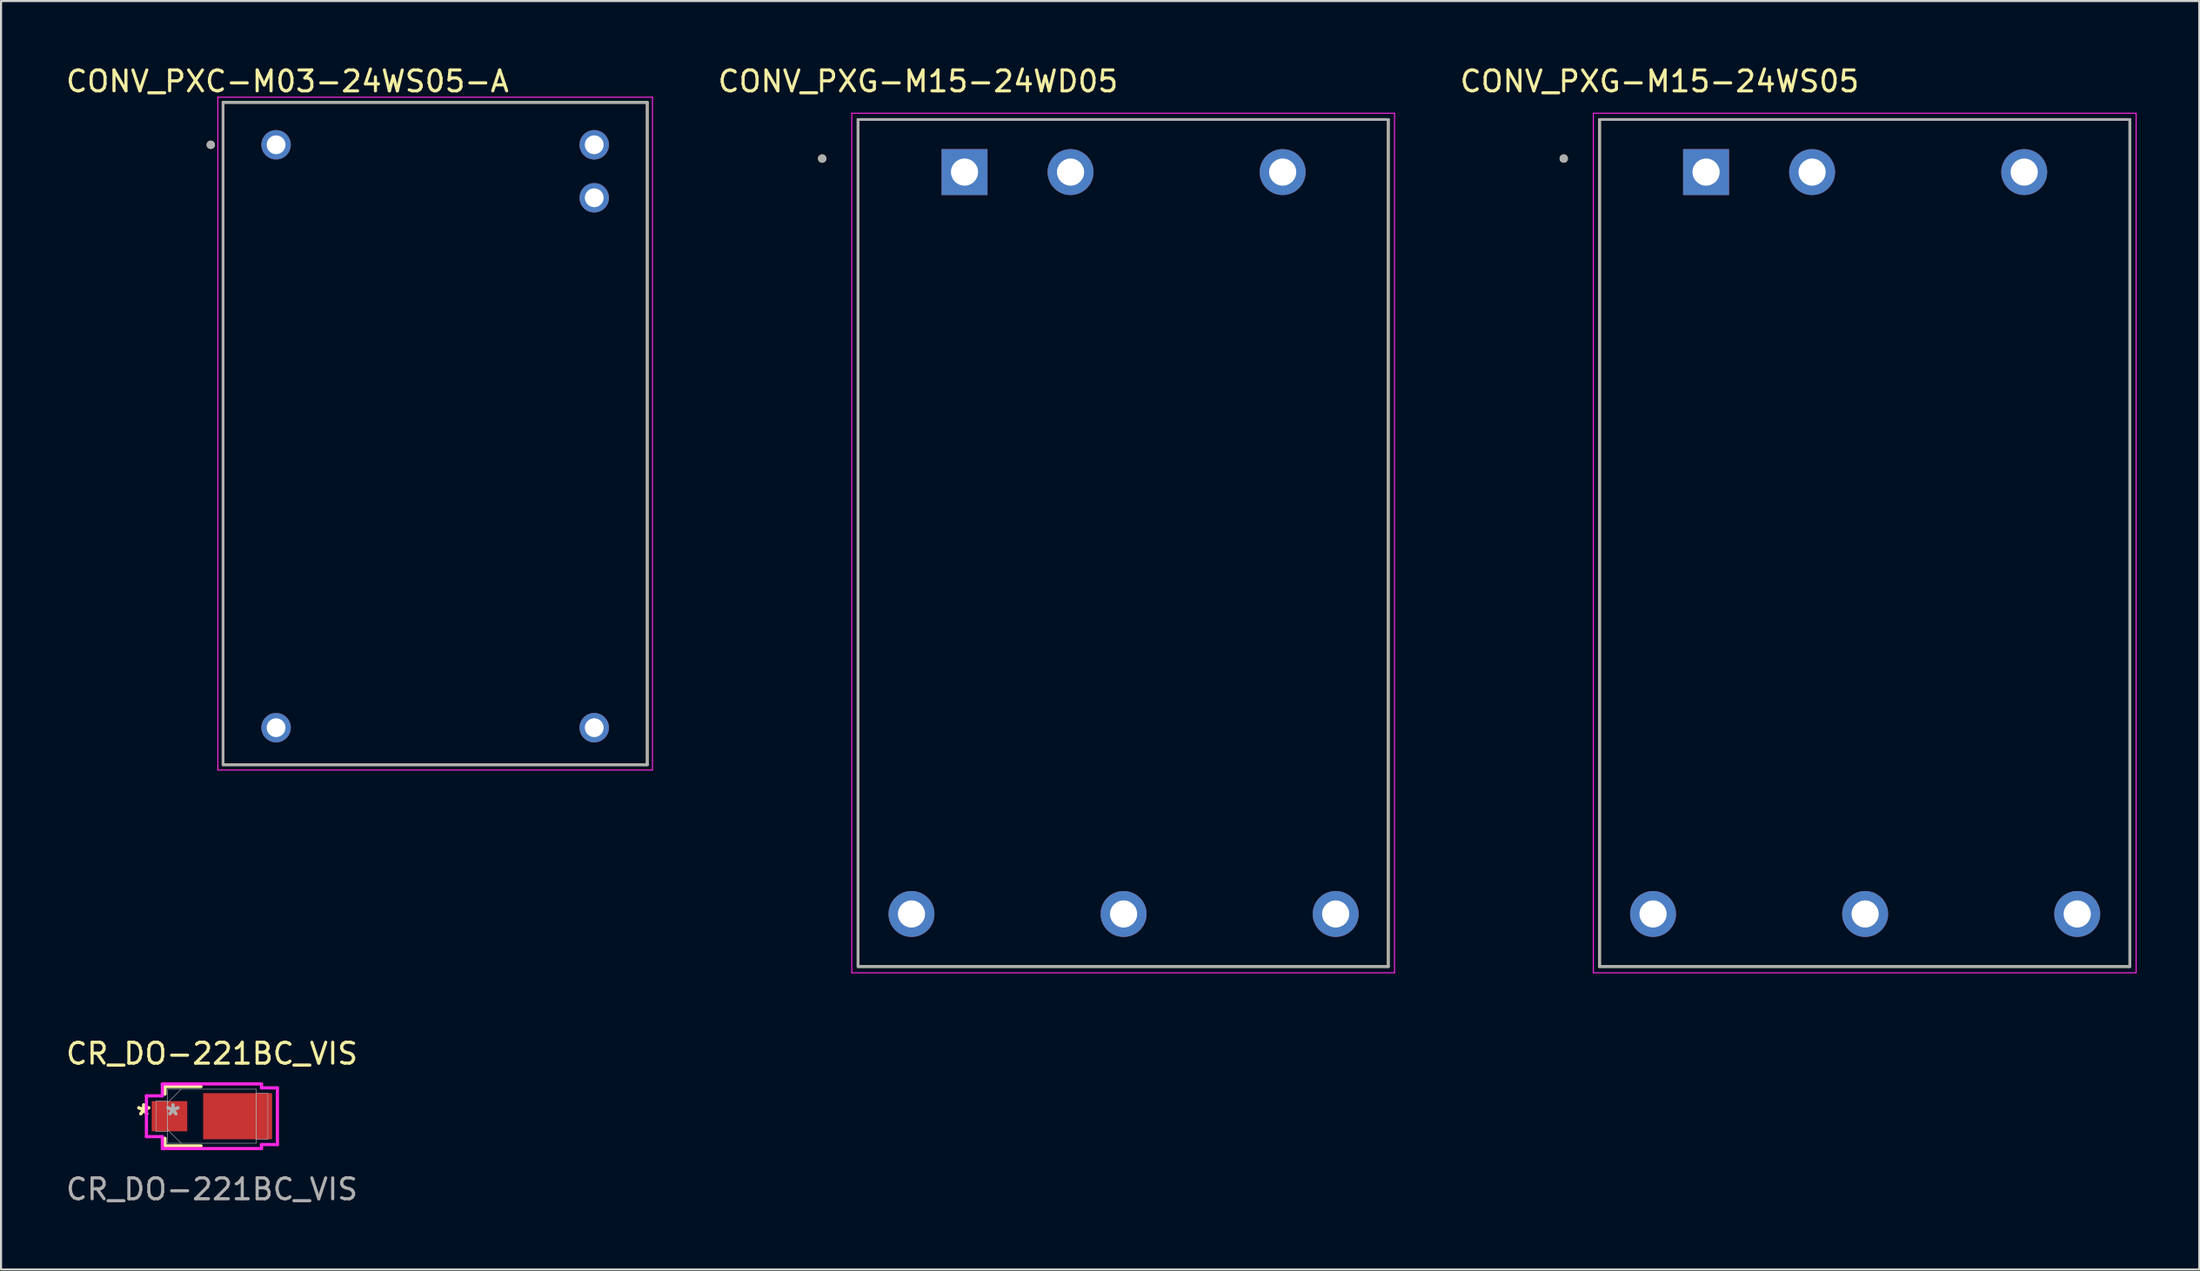
<source format=kicad_pcb>
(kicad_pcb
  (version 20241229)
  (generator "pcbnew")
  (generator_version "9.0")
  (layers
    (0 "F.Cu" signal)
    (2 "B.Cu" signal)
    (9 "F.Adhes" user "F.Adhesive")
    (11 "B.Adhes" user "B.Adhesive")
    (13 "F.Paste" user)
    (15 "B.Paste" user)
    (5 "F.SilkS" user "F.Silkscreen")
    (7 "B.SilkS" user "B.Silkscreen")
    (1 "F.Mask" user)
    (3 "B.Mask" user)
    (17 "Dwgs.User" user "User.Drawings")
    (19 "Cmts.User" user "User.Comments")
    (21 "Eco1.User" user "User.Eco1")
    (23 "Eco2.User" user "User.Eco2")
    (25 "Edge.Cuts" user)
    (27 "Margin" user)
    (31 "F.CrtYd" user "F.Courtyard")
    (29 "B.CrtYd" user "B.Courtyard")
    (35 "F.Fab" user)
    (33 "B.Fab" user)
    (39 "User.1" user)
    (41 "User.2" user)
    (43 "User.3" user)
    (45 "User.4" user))
  (footprint "CONV_PXG-M15-24WS05"
    (layer "F.Cu")
    (at 86.274 22.979)
    (property "Reference" "CONV_PXG-M15-24WS05" (at -9.825 -22.131 0) (layer "F.SilkS") (effects (font (size 1 1) (thickness 0.15))))
    (attr through_hole)
    (fp_line (start -12.7 -20.3) (end -12.7 20.3) (stroke (width 0.127) (type solid)) (layer "F.SilkS"))
    (fp_line (start -12.7 20.3) (end 12.7 20.3) (stroke (width 0.127) (type solid)) (layer "F.SilkS"))
    (fp_line (start 12.7 -20.3) (end -12.7 -20.3) (stroke (width 0.127) (type solid)) (layer "F.SilkS"))
    (fp_line (start 12.7 20.3) (end 12.7 -20.3) (stroke (width 0.127) (type solid)) (layer "F.SilkS"))
    (fp_circle (center -14.418 -18.428) (end -14.318 -18.428) (stroke (width 0.2) (type solid)) (fill no) (layer "F.SilkS"))
    (fp_line (start -13 -20.6) (end 13 -20.6) (stroke (width 0.05) (type solid)) (layer "F.CrtYd"))
    (fp_line (start -13 20.6) (end -13 -20.6) (stroke (width 0.05) (type solid)) (layer "F.CrtYd"))
    (fp_line (start 13 -20.6) (end 13 20.6) (stroke (width 0.05) (type solid)) (layer "F.CrtYd"))
    (fp_line (start 13 20.6) (end -13 20.6) (stroke (width 0.05) (type solid)) (layer "F.CrtYd"))
    (fp_line (start -12.7 -20.3) (end 12.7 -20.3) (stroke (width 0.127) (type solid)) (layer "F.Fab"))
    (fp_line (start -12.7 20.3) (end -12.7 -20.3) (stroke (width 0.127) (type solid)) (layer "F.Fab"))
    (fp_line (start 12.7 -20.3) (end 12.7 20.3) (stroke (width 0.127) (type solid)) (layer "F.Fab"))
    (fp_line (start 12.7 20.3) (end -12.7 20.3) (stroke (width 0.127) (type solid)) (layer "F.Fab"))
    (fp_circle (center -14.418 -18.428) (end -14.318 -18.428) (stroke (width 0.2) (type solid)) (fill no) (layer "F.Fab"))
    (pad "1" thru_hole rect (at -7.6 -17.78) (size 2.2 2.2) (drill 1.3) (layers "*.Cu" "*.Mask"))
    (pad "2" thru_hole circle (at -2.52 -17.78) (size 2.2 2.2) (drill 1.3) (layers "*.Cu" "*.Mask"))
    (pad "3" thru_hole circle (at 7.64 -17.78) (size 2.2 2.2) (drill 1.3) (layers "*.Cu" "*.Mask"))
    (pad "4" thru_hole circle (at -10.14 17.78) (size 2.2 2.2) (drill 1.3) (layers "*.Cu" "*.Mask"))
    (pad "5" thru_hole circle (at 0.02 17.78) (size 2.2 2.2) (drill 1.3) (layers "*.Cu" "*.Mask"))
    (pad "6" thru_hole circle (at 10.18 17.78) (size 2.2 2.2) (drill 1.3) (layers "*.Cu" "*.Mask")))
  (footprint "CONV_PXG-M15-24WD05"
    (layer "F.Cu")
    (at 50.752 22.979)
    (property "Reference" "CONV_PXG-M15-24WD05" (at -9.825 -22.131 0) (layer "F.SilkS") (effects (font (size 1 1) (thickness 0.15))))
    (attr through_hole)
    (fp_line (start -12.7 -20.3) (end -12.7 20.3) (stroke (width 0.127) (type solid)) (layer "F.SilkS"))
    (fp_line (start -12.7 20.3) (end 12.7 20.3) (stroke (width 0.127) (type solid)) (layer "F.SilkS"))
    (fp_line (start 12.7 -20.3) (end -12.7 -20.3) (stroke (width 0.127) (type solid)) (layer "F.SilkS"))
    (fp_line (start 12.7 20.3) (end 12.7 -20.3) (stroke (width 0.127) (type solid)) (layer "F.SilkS"))
    (fp_circle (center -14.418 -18.428) (end -14.318 -18.428) (stroke (width 0.2) (type solid)) (fill no) (layer "F.SilkS"))
    (fp_line (start -13 -20.6) (end 13 -20.6) (stroke (width 0.05) (type solid)) (layer "F.CrtYd"))
    (fp_line (start -13 20.6) (end -13 -20.6) (stroke (width 0.05) (type solid)) (layer "F.CrtYd"))
    (fp_line (start 13 -20.6) (end 13 20.6) (stroke (width 0.05) (type solid)) (layer "F.CrtYd"))
    (fp_line (start 13 20.6) (end -13 20.6) (stroke (width 0.05) (type solid)) (layer "F.CrtYd"))
    (fp_line (start -12.7 -20.3) (end 12.7 -20.3) (stroke (width 0.127) (type solid)) (layer "F.Fab"))
    (fp_line (start -12.7 20.3) (end -12.7 -20.3) (stroke (width 0.127) (type solid)) (layer "F.Fab"))
    (fp_line (start 12.7 -20.3) (end 12.7 20.3) (stroke (width 0.127) (type solid)) (layer "F.Fab"))
    (fp_line (start 12.7 20.3) (end -12.7 20.3) (stroke (width 0.127) (type solid)) (layer "F.Fab"))
    (fp_circle (center -14.418 -18.428) (end -14.318 -18.428) (stroke (width 0.2) (type solid)) (fill no) (layer "F.Fab"))
    (pad "1" thru_hole rect (at -7.6 -17.78) (size 2.2 2.2) (drill 1.3) (layers "*.Cu" "*.Mask"))
    (pad "2" thru_hole circle (at -2.52 -17.78) (size 2.2 2.2) (drill 1.3) (layers "*.Cu" "*.Mask"))
    (pad "3" thru_hole circle (at 7.64 -17.78) (size 2.2 2.2) (drill 1.3) (layers "*.Cu" "*.Mask"))
    (pad "4" thru_hole circle (at -10.14 17.78) (size 2.2 2.2) (drill 1.3) (layers "*.Cu" "*.Mask"))
    (pad "5" thru_hole circle (at 0.02 17.78) (size 2.2 2.2) (drill 1.3) (layers "*.Cu" "*.Mask"))
    (pad "6" thru_hole circle (at 10.18 17.78) (size 2.2 2.2) (drill 1.3) (layers "*.Cu" "*.Mask")))
  (footprint "CONV_PXC-M03-24WS05-A"
    (layer "F.Cu")
    (at 17.795 17.733)
    (property "Reference" "CONV_PXC-M03-24WS05-A" (at -7.075 -16.885 0) (layer "F.SilkS") (effects (font (size 1 1) (thickness 0.15))))
    (attr through_hole)
    (fp_line (start -10.16 -15.875) (end 10.16 -15.875) (stroke (width 0.127) (type solid)) (layer "F.SilkS"))
    (fp_line (start -10.16 15.875) (end -10.16 -15.875) (stroke (width 0.127) (type solid)) (layer "F.SilkS"))
    (fp_line (start 10.16 -15.875) (end 10.16 15.875) (stroke (width 0.127) (type solid)) (layer "F.SilkS"))
    (fp_line (start 10.16 15.875) (end -10.16 15.875) (stroke (width 0.127) (type solid)) (layer "F.SilkS"))
    (fp_circle (center -10.75 -13.843) (end -10.65 -13.843) (stroke (width 0.2) (type solid)) (fill no) (layer "F.SilkS"))
    (fp_line (start -10.41 -16.125) (end 10.41 -16.125) (stroke (width 0.05) (type solid)) (layer "F.CrtYd"))
    (fp_line (start -10.41 16.125) (end -10.41 -16.125) (stroke (width 0.05) (type solid)) (layer "F.CrtYd"))
    (fp_line (start 10.41 -16.125) (end 10.41 16.125) (stroke (width 0.05) (type solid)) (layer "F.CrtYd"))
    (fp_line (start 10.41 16.125) (end -10.41 16.125) (stroke (width 0.05) (type solid)) (layer "F.CrtYd"))
    (fp_line (start -10.16 -15.875) (end 10.16 -15.875) (stroke (width 0.127) (type solid)) (layer "F.Fab"))
    (fp_line (start -10.16 15.875) (end -10.16 -15.875) (stroke (width 0.127) (type solid)) (layer "F.Fab"))
    (fp_line (start 10.16 -15.875) (end 10.16 15.875) (stroke (width 0.127) (type solid)) (layer "F.Fab"))
    (fp_line (start 10.16 15.875) (end -10.16 15.875) (stroke (width 0.127) (type solid)) (layer "F.Fab"))
    (fp_circle (center -10.75 -13.843) (end -10.65 -13.843) (stroke (width 0.2) (type solid)) (fill no) (layer "F.Fab"))
    (pad "1" thru_hole circle (at -7.62 -13.843) (size 1.408 1.408) (drill 0.9) (layers "*.Cu" "*.Mask"))
    (pad "12" thru_hole circle (at -7.62 14.097) (size 1.408 1.408) (drill 0.9) (layers "*.Cu" "*.Mask"))
    (pad "13" thru_hole circle (at 7.62 14.097) (size 1.408 1.408) (drill 0.9) (layers "*.Cu" "*.Mask"))
    (pad "23" thru_hole circle (at 7.62 -11.303) (size 1.408 1.408) (drill 0.9) (layers "*.Cu" "*.Mask"))
    (pad "24" thru_hole circle (at 7.62 -13.843) (size 1.408 1.408) (drill 0.9) (layers "*.Cu" "*.Mask")))
  (footprint "CR_DO-221BC_VIS"
    (layer "F.Cu")
    (at 7.101 50.453)
    (property "Reference" "CR_DO-221BC_VIS" (at 0 -3 0) (unlocked yes) (layer "F.SilkS") (effects (font (size 1 1) (thickness 0.15))))
    (attr smd)
    (fp_line (start -2.248 -1.422) (end -2.248 -1.057) (stroke (width 0.152) (type solid)) (layer "F.SilkS"))
    (fp_line (start -2.248 1.057) (end -2.248 1.422) (stroke (width 0.152) (type solid)) (layer "F.SilkS"))
    (fp_line (start -2.248 1.422) (end -0.519 1.422) (stroke (width 0.152) (type solid)) (layer "F.SilkS"))
    (fp_line (start -0.519 -1.422) (end -2.248 -1.422) (stroke (width 0.152) (type solid)) (layer "F.SilkS"))
    (fp_line (start -3.137 -0.978) (end -2.375 -0.978) (stroke (width 0.152) (type solid)) (layer "F.CrtYd"))
    (fp_line (start -3.137 0.978) (end -3.137 -0.978) (stroke (width 0.152) (type solid)) (layer "F.CrtYd"))
    (fp_line (start -2.375 -1.549) (end 2.375 -1.549) (stroke (width 0.152) (type solid)) (layer "F.CrtYd"))
    (fp_line (start -2.375 -0.978) (end -2.375 -1.549) (stroke (width 0.152) (type solid)) (layer "F.CrtYd"))
    (fp_line (start -2.375 0.978) (end -3.137 0.978) (stroke (width 0.152) (type solid)) (layer "F.CrtYd"))
    (fp_line (start -2.375 1.549) (end -2.375 0.978) (stroke (width 0.152) (type solid)) (layer "F.CrtYd"))
    (fp_line (start 2.375 -1.549) (end 2.375 -1.359) (stroke (width 0.152) (type solid)) (layer "F.CrtYd"))
    (fp_line (start 2.375 -1.359) (end 3.137 -1.359) (stroke (width 0.152) (type solid)) (layer "F.CrtYd"))
    (fp_line (start 2.375 1.359) (end 2.375 1.549) (stroke (width 0.152) (type solid)) (layer "F.CrtYd"))
    (fp_line (start 2.375 1.549) (end -2.375 1.549) (stroke (width 0.152) (type solid)) (layer "F.CrtYd"))
    (fp_line (start 3.137 -1.359) (end 3.137 1.359) (stroke (width 0.152) (type solid)) (layer "F.CrtYd"))
    (fp_line (start 3.137 1.359) (end 2.375 1.359) (stroke (width 0.152) (type solid)) (layer "F.CrtYd"))
    (fp_line (start -2.68 -0.724) (end -2.68 0.724) (stroke (width 0.025) (type solid)) (layer "F.Fab"))
    (fp_line (start -2.68 0.724) (end -2.121 0.724) (stroke (width 0.025) (type solid)) (layer "F.Fab"))
    (fp_line (start -2.121 -1.295) (end -2.121 1.295) (stroke (width 0.025) (type solid)) (layer "F.Fab"))
    (fp_line (start -2.121 -0.724) (end -2.68 -0.724) (stroke (width 0.025) (type solid)) (layer "F.Fab"))
    (fp_line (start -2.121 -0.648) (end -1.473 -1.295) (stroke (width 0.025) (type solid)) (layer "F.Fab"))
    (fp_line (start -2.121 0.648) (end -1.473 1.295) (stroke (width 0.025) (type solid)) (layer "F.Fab"))
    (fp_line (start -2.121 0.724) (end -2.121 -0.724) (stroke (width 0.025) (type solid)) (layer "F.Fab"))
    (fp_line (start -2.121 1.295) (end 2.121 1.295) (stroke (width 0.025) (type solid)) (layer "F.Fab"))
    (fp_line (start 2.121 -1.295) (end -2.121 -1.295) (stroke (width 0.025) (type solid)) (layer "F.Fab"))
    (fp_line (start 2.121 -1.105) (end 2.121 1.105) (stroke (width 0.025) (type solid)) (layer "F.Fab"))
    (fp_line (start 2.121 1.105) (end 2.68 1.105) (stroke (width 0.025) (type solid)) (layer "F.Fab"))
    (fp_line (start 2.121 1.295) (end 2.121 -1.295) (stroke (width 0.025) (type solid)) (layer "F.Fab"))
    (fp_line (start 2.68 -1.105) (end 2.121 -1.105) (stroke (width 0.025) (type solid)) (layer "F.Fab"))
    (fp_line (start 2.68 1.105) (end 2.68 -1.105) (stroke (width 0.025) (type solid)) (layer "F.Fab"))
    (fp_text user "*" (at -3.264 0 0) (unlocked yes) (layer "F.SilkS") (effects (font (size 1 1) (thickness 0.15))))
    (fp_text user "*" (at -3.264 0 0) (layer "F.SilkS") (effects (font (size 1 1) (thickness 0.15))))
    (fp_text user "*" (at -1.867 0 0) (unlocked yes) (layer "F.Fab") (effects (font (size 1 1) (thickness 0.15))))
    (fp_text user "${REFERENCE}" (at 0 3.5 0) (unlocked yes) (layer "F.Fab") (effects (font (size 1 1) (thickness 0.15))))
    (fp_text user "*" (at -1.867 0 0) (layer "F.Fab") (effects (font (size 1 1) (thickness 0.15))))
    (pad "1" smd rect (at 1.232 0) (size 3.302 2.21) (layers "F.Cu" "F.Mask" "F.Paste"))
    (pad "2" smd rect (at -2.032 0) (size 1.702 1.448) (layers "F.Cu" "F.Mask" "F.Paste"))
    (zone (net_name "") (layer "F.Cu") (hatch full 0.508) (connect_pads) (min_thickness 0.254) (filled_areas_thickness no) (keepout (tracks not_allowed) (vias not_allowed) (pads allowed) (copperpour not_allowed) (footprints allowed)) (placement (enabled no)) (fill) (polygon (pts (xy 5.971 49.208) (xy 6.631 49.208) (xy 6.631 51.697) (xy 5.971 51.697)))))
  (gr_rect
    (start -3 -3)
    (end 102.299 57.801)
    (stroke (width 0.1) (type default))
    (fill no)
    (layer "Edge.Cuts")))
</source>
